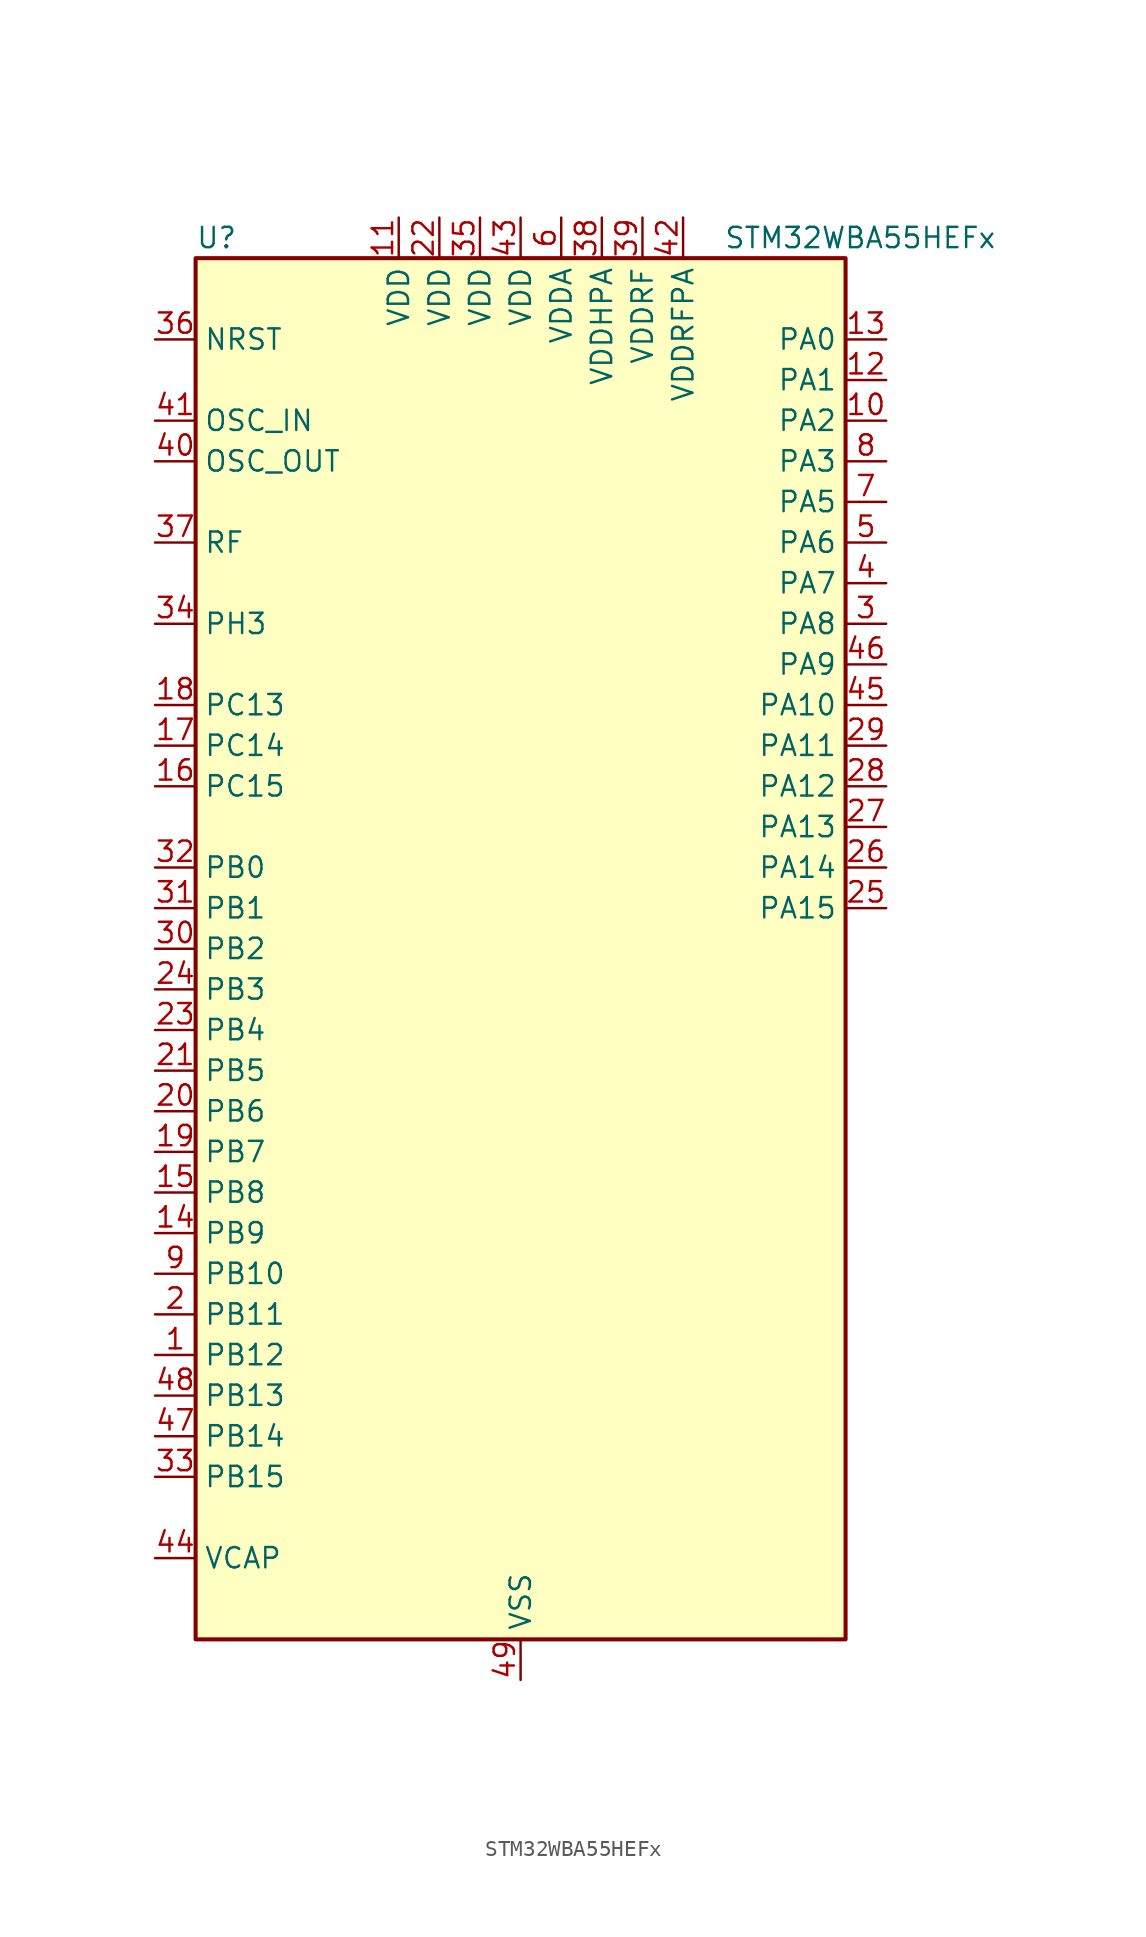
<source format=kicad_sym>
(kicad_symbol_lib
  (version 20231120)
  (generator "kicad-library-utils")
  (generator_version "8.0")
  (symbol "STM32WBA55HEFx"
    (property "Reference" "U"
      (at -20.32 44.45 0)
      (effects (font (size 1.27 1.27)) (justify left)))
    (property "Value" "STM32WBA55HEFx"
      (at 12.7 44.45 0)
      (effects (font (size 1.27 1.27)) (justify left)))
    (symbol "STM32WBA55HEFx_0_1"
      (rectangle (start -20.32 -43.18) (end 20.32 43.18) (stroke (width 0.254) (type default)) (fill (type background))))
    (symbol "STM32WBA55HEFx_1_1"
      (pin bidirectional line (at -22.86 -25.4 0) (length 2.54) (name "PB12" (effects (font (size 1.27 1.27)))) (number "1" (effects (font (size 1.27 1.27)))) (alternate "SAI1_SD_A" bidirectional line) (alternate "SPI1_RDY" bidirectional line) (alternate "TIM2_CH1" bidirectional line) (alternate "TIM2_ETR" bidirectional line) (alternate "TIM3_ETR" bidirectional line) (alternate "TSC_SYNC" bidirectional line) (alternate "USART1_TX" bidirectional line))
      (pin bidirectional line (at 22.86 33.02 180) (length 2.54) (name "PA2" (effects (font (size 1.27 1.27)))) (number "10" (effects (font (size 1.27 1.27)))) (alternate "ADC4_IN7" bidirectional line) (alternate "COMP1_INP" bidirectional line) (alternate "LPUART1_TX" bidirectional line) (alternate "PWR_WKUP4" bidirectional line) (alternate "RCC_LSCO" bidirectional line) (alternate "SAI1_D1" bidirectional line) (alternate "TIM16_CH1" bidirectional line) (alternate "TIM1_BKIN" bidirectional line) (alternate "TIM3_CH1" bidirectional line) (alternate "TSC_G4_IO4" bidirectional line) (alternate "USART1_DE" bidirectional line) (alternate "USART1_RTS" bidirectional line))
      (pin power_in line (at -7.62 45.72 270) (length 2.54) (name "VDD" (effects (font (size 1.27 1.27)))) (number "11" (effects (font (size 1.27 1.27)))))
      (pin bidirectional line (at 22.86 35.56 180) (length 2.54) (name "PA1" (effects (font (size 1.27 1.27)))) (number "12" (effects (font (size 1.27 1.27)))) (alternate "ADC4_IN8" bidirectional line) (alternate "COMP1_INM" bidirectional line) (alternate "LPTIM2_CH2" bidirectional line) (alternate "LPUART1_RX" bidirectional line) (alternate "PWR_WKUP3" bidirectional line) (alternate "SAI1_CK1" bidirectional line) (alternate "SPI1_RDY" bidirectional line) (alternate "TIM17_CH1" bidirectional line) (alternate "TIM1_CH1N" bidirectional line) (alternate "TIM3_CH2" bidirectional line) (alternate "TSC_G2_IO1" bidirectional line) (alternate "USART1_CK" bidirectional line))
      (pin bidirectional line (at 22.86 38.1 180) (length 2.54) (name "PA0" (effects (font (size 1.27 1.27)))) (number "13" (effects (font (size 1.27 1.27)))) (alternate "ADC4_IN9" bidirectional line) (alternate "COMP2_INP" bidirectional line) (alternate "LPTIM1_IN1" bidirectional line) (alternate "LPUART1_CTS" bidirectional line) (alternate "PWR_WKUP1" bidirectional line) (alternate "SPI3_SCK" bidirectional line) (alternate "TIM1_CH2N" bidirectional line) (alternate "TIM3_CH3" bidirectional line) (alternate "TIM3_ETR" bidirectional line) (alternate "TSC_G2_IO2" bidirectional line))
      (pin bidirectional line (at -22.86 -17.78 0) (length 2.54) (name "PB9" (effects (font (size 1.27 1.27)))) (number "14" (effects (font (size 1.27 1.27)))) (alternate "ADC4_IN10" bidirectional line) (alternate "COMP2_INM" bidirectional line) (alternate "IR_OUT" bidirectional line) (alternate "LPTIM2_IN1" bidirectional line) (alternate "LPUART1_DE" bidirectional line) (alternate "LPUART1_RTS" bidirectional line) (alternate "PWR_WKUP8" bidirectional line) (alternate "SPI3_MISO" bidirectional line) (alternate "TIM16_CH1" bidirectional line) (alternate "TIM1_CH3N" bidirectional line) (alternate "TIM3_CH4" bidirectional line) (alternate "TSC_G2_IO3" bidirectional line))
      (pin bidirectional line (at -22.86 -15.24 0) (length 2.54) (name "PB8" (effects (font (size 1.27 1.27)))) (number "15" (effects (font (size 1.27 1.27)))) (alternate "COMP1_OUT" bidirectional line) (alternate "LPTIM1_ETR" bidirectional line) (alternate "PWR_PVD_IN" bidirectional line) (alternate "SPI3_MOSI" bidirectional line) (alternate "TIM16_CH1N" bidirectional line) (alternate "TIM1_CH1" bidirectional line) (alternate "TIM3_ETR" bidirectional line) (alternate "TSC_G2_IO4" bidirectional line) (alternate "USART2_RX" bidirectional line))
      (pin bidirectional line (at -22.86 10.16 0) (length 2.54) (name "PC15" (effects (font (size 1.27 1.27)))) (number "16" (effects (font (size 1.27 1.27)))) (alternate "ADC4_EXTI15" bidirectional line) (alternate "RCC_OSC32_OUT" bidirectional line))
      (pin bidirectional line (at -22.86 12.7 0) (length 2.54) (name "PC14" (effects (font (size 1.27 1.27)))) (number "17" (effects (font (size 1.27 1.27)))) (alternate "RCC_OSC32_IN" bidirectional line))
      (pin bidirectional line (at -22.86 15.24 0) (length 2.54) (name "PC13" (effects (font (size 1.27 1.27)))) (number "18" (effects (font (size 1.27 1.27)))) (alternate "PWR_WKUP2" bidirectional line) (alternate "RTC_OUT1" bidirectional line) (alternate "RTC_TS" bidirectional line) (alternate "TAMP_IN4" bidirectional line) (alternate "TAMP_OUT5" bidirectional line) (alternate "TIM1_BKIN2" bidirectional line) (alternate "TSC_G5_IO1" bidirectional line))
      (pin bidirectional line (at -22.86 -12.7 0) (length 2.54) (name "PB7" (effects (font (size 1.27 1.27)))) (number "19" (effects (font (size 1.27 1.27)))) (alternate "PWR_WKUP5" bidirectional line) (alternate "SAI1_SD_B" bidirectional line) (alternate "TAMP_IN5" bidirectional line) (alternate "TAMP_OUT4" bidirectional line) (alternate "TIM1_CH4N" bidirectional line) (alternate "TSC_G5_IO2" bidirectional line))
      (pin bidirectional line (at -22.86 -22.86 0) (length 2.54) (name "PB11" (effects (font (size 1.27 1.27)))) (number "2" (effects (font (size 1.27 1.27)))) (alternate "LPTIM1_CH1" bidirectional line) (alternate "LPTIM1_ETR" bidirectional line) (alternate "LPUART1_TX" bidirectional line))
      (pin bidirectional line (at -22.86 -10.16 0) (length 2.54) (name "PB6" (effects (font (size 1.27 1.27)))) (number "20" (effects (font (size 1.27 1.27)))) (alternate "PWR_WKUP3" bidirectional line) (alternate "SAI1_SCK_B" bidirectional line) (alternate "TIM2_CH1" bidirectional line) (alternate "TIM2_ETR" bidirectional line) (alternate "TSC_G5_IO3" bidirectional line))
      (pin bidirectional line (at -22.86 -7.62 0) (length 2.54) (name "PB5" (effects (font (size 1.27 1.27)))) (number "21" (effects (font (size 1.27 1.27)))) (alternate "LPUART1_TX" bidirectional line) (alternate "SAI1_D2" bidirectional line) (alternate "SAI1_FS_B" bidirectional line) (alternate "TIM3_CH1" bidirectional line) (alternate "TSC_G5_IO4" bidirectional line))
      (pin power_in line (at -5.08 45.72 270) (length 2.54) (name "VDD" (effects (font (size 1.27 1.27)))) (number "22" (effects (font (size 1.27 1.27)))))
      (pin bidirectional line (at -22.86 -5.08 0) (length 2.54) (name "PB4" (effects (font (size 1.27 1.27)))) (number "23" (effects (font (size 1.27 1.27)))) (alternate "DEBUG_JTRST" bidirectional line) (alternate "LPTIM2_IN2" bidirectional line) (alternate "PTA_ACTIVE" bidirectional line) (alternate "PTA_PRIORITY" bidirectional line) (alternate "SAI1_MCLK_B" bidirectional line) (alternate "SPI1_SCK" bidirectional line) (alternate "TIM17_CH1" bidirectional line) (alternate "TIM1_CH3" bidirectional line) (alternate "TSC_G3_IO1" bidirectional line) (alternate "USART2_RX" bidirectional line))
      (pin bidirectional line (at -22.86 -2.54 0) (length 2.54) (name "PB3" (effects (font (size 1.27 1.27)))) (number "24" (effects (font (size 1.27 1.27)))) (alternate "DEBUG_JTDO-SWO" bidirectional line) (alternate "I2C1_SDA" bidirectional line) (alternate "LPTIM1_IN2" bidirectional line) (alternate "PTA_ACTIVE" bidirectional line) (alternate "SPI1_MISO" bidirectional line) (alternate "TIM17_CH1N" bidirectional line) (alternate "TIM1_CH4" bidirectional line) (alternate "TSC_G3_IO2" bidirectional line) (alternate "USART2_CK" bidirectional line))
      (pin bidirectional line (at 22.86 2.54 180) (length 2.54) (name "PA15" (effects (font (size 1.27 1.27)))) (number "25" (effects (font (size 1.27 1.27)))) (alternate "ADC4_EXTI15" bidirectional line) (alternate "DEBUG_JTDI" bidirectional line) (alternate "I2C1_SCL" bidirectional line) (alternate "LPTIM1_CH2" bidirectional line) (alternate "PTA_STATUS" bidirectional line) (alternate "SPI1_MOSI" bidirectional line) (alternate "TIM17_BKIN" bidirectional line) (alternate "TIM1_ETR" bidirectional line) (alternate "TSC_G3_IO3" bidirectional line) (alternate "USART2_DE" bidirectional line) (alternate "USART2_RTS" bidirectional line))
      (pin bidirectional line (at 22.86 5.08 180) (length 2.54) (name "PA14" (effects (font (size 1.27 1.27)))) (number "26" (effects (font (size 1.27 1.27)))) (alternate "COMP2_OUT" bidirectional line) (alternate "DEBUG_JTCK-SWCLK" bidirectional line) (alternate "PTA_STATUS" bidirectional line) (alternate "TAMP_IN3" bidirectional line) (alternate "TAMP_OUT6" bidirectional line) (alternate "USART2_TX" bidirectional line))
      (pin bidirectional line (at 22.86 7.62 180) (length 2.54) (name "PA13" (effects (font (size 1.27 1.27)))) (number "27" (effects (font (size 1.27 1.27)))) (alternate "DEBUG_JTMS-SWDIO" bidirectional line) (alternate "IR_OUT" bidirectional line) (alternate "PTA_PRIORITY" bidirectional line))
      (pin bidirectional line (at 22.86 10.16 180) (length 2.54) (name "PA12" (effects (font (size 1.27 1.27)))) (number "28" (effects (font (size 1.27 1.27)))) (alternate "COMP2_OUT" bidirectional line) (alternate "PTA_STATUS" bidirectional line) (alternate "PWR_WKUP6" bidirectional line) (alternate "RF_ANTSW0" bidirectional line) (alternate "SPI1_NSS" bidirectional line) (alternate "TIM1_CH2" bidirectional line) (alternate "TSC_G3_IO4" bidirectional line) (alternate "USART2_TX" bidirectional line))
      (pin bidirectional line (at 22.86 12.7 180) (length 2.54) (name "PA11" (effects (font (size 1.27 1.27)))) (number "29" (effects (font (size 1.27 1.27)))) (alternate "LPTIM2_CH1" bidirectional line) (alternate "RF_ANTSW1" bidirectional line) (alternate "TIM1_CH1" bidirectional line) (alternate "USART2_RX" bidirectional line))
      (pin bidirectional line (at 22.86 20.32 180) (length 2.54) (name "PA8" (effects (font (size 1.27 1.27)))) (number "3" (effects (font (size 1.27 1.27)))) (alternate "ADC4_IN1" bidirectional line) (alternate "LPTIM1_CH2" bidirectional line) (alternate "RCC_MCO" bidirectional line) (alternate "SAI1_FS_A" bidirectional line) (alternate "SPI3_RDY" bidirectional line) (alternate "TIM2_CH2" bidirectional line) (alternate "TSC_G1_IO1" bidirectional line) (alternate "USART1_RX" bidirectional line))
      (pin bidirectional line (at -22.86 0 0) (length 2.54) (name "PB2" (effects (font (size 1.27 1.27)))) (number "30" (effects (font (size 1.27 1.27)))) (alternate "I2C1_SCL" bidirectional line) (alternate "I2C3_SCL" bidirectional line) (alternate "PWR_WKUP1" bidirectional line) (alternate "RF_ANTSW2" bidirectional line) (alternate "RTC_OUT2" bidirectional line) (alternate "TIM1_CH1N" bidirectional line) (alternate "USART2_CTS" bidirectional line))
      (pin bidirectional line (at -22.86 2.54 0) (length 2.54) (name "PB1" (effects (font (size 1.27 1.27)))) (number "31" (effects (font (size 1.27 1.27)))) (alternate "I2C1_SDA" bidirectional line) (alternate "I2C3_SDA" bidirectional line) (alternate "PWR_WKUP4" bidirectional line) (alternate "TIM1_CH2N" bidirectional line) (alternate "USART2_DE" bidirectional line) (alternate "USART2_RTS" bidirectional line))
      (pin bidirectional line (at -22.86 5.08 0) (length 2.54) (name "PB0" (effects (font (size 1.27 1.27)))) (number "32" (effects (font (size 1.27 1.27)))) (alternate "LPTIM2_IN2" bidirectional line) (alternate "TIM1_CH3N" bidirectional line) (alternate "USART2_TX" bidirectional line))
      (pin bidirectional line (at -22.86 -33.02 0) (length 2.54) (name "PB15" (effects (font (size 1.27 1.27)))) (number "33" (effects (font (size 1.27 1.27)))) (alternate "ADC4_EXTI15" bidirectional line) (alternate "I2C1_SMBA" bidirectional line) (alternate "I2C3_SMBA" bidirectional line) (alternate "LPUART1_CTS" bidirectional line) (alternate "PTA_GRANT" bidirectional line) (alternate "RF_EXTPABYP" bidirectional line) (alternate "TIM16_BKIN" bidirectional line) (alternate "TIM1_BKIN2" bidirectional line) (alternate "USART2_CTS" bidirectional line))
      (pin bidirectional line (at -22.86 20.32 0) (length 2.54) (name "PH3" (effects (font (size 1.27 1.27)))) (number "34" (effects (font (size 1.27 1.27)))) (alternate "PTA_GRANT" bidirectional line) (alternate "RF_EXTPABYP" bidirectional line) (alternate "TAMP_IN2" bidirectional line) (alternate "TAMP_OUT1" bidirectional line))
      (pin power_in line (at -2.54 45.72 270) (length 2.54) (name "VDD" (effects (font (size 1.27 1.27)))) (number "35" (effects (font (size 1.27 1.27)))))
      (pin input line (at -22.86 38.1 0) (length 2.54) (name "NRST" (effects (font (size 1.27 1.27)))) (number "36" (effects (font (size 1.27 1.27)))))
      (pin bidirectional line (at -22.86 25.4 0) (length 2.54) (name "RF" (effects (font (size 1.27 1.27)))) (number "37" (effects (font (size 1.27 1.27)))))
      (pin power_in line (at 5.08 45.72 270) (length 2.54) (name "VDDHPA" (effects (font (size 1.27 1.27)))) (number "38" (effects (font (size 1.27 1.27)))))
      (pin power_in line (at 7.62 45.72 270) (length 2.54) (name "VDDRF" (effects (font (size 1.27 1.27)))) (number "39" (effects (font (size 1.27 1.27)))))
      (pin bidirectional line (at 22.86 22.86 180) (length 2.54) (name "PA7" (effects (font (size 1.27 1.27)))) (number "4" (effects (font (size 1.27 1.27)))) (alternate "ADC4_IN2" bidirectional line) (alternate "COMP1_OUT" bidirectional line) (alternate "I2C3_SDA" bidirectional line) (alternate "PWR_WKUP8" bidirectional line) (alternate "SAI1_SCK_A" bidirectional line) (alternate "TAMP_IN1" bidirectional line) (alternate "TAMP_OUT2" bidirectional line) (alternate "TIM2_CH3" bidirectional line) (alternate "TSC_G1_IO2" bidirectional line) (alternate "USART1_CTS" bidirectional line))
      (pin input line (at -22.86 30.48 0) (length 2.54) (name "OSC_OUT" (effects (font (size 1.27 1.27)))) (number "40" (effects (font (size 1.27 1.27)))) (alternate "RCC_OSC_OUT" bidirectional line))
      (pin input line (at -22.86 33.02 0) (length 2.54) (name "OSC_IN" (effects (font (size 1.27 1.27)))) (number "41" (effects (font (size 1.27 1.27)))) (alternate "RCC_OSC_IN" bidirectional line))
      (pin power_in line (at 10.16 45.72 270) (length 2.54) (name "VDDRFPA" (effects (font (size 1.27 1.27)))) (number "42" (effects (font (size 1.27 1.27)))))
      (pin power_in line (at 0 45.72 270) (length 2.54) (name "VDD" (effects (font (size 1.27 1.27)))) (number "43" (effects (font (size 1.27 1.27)))))
      (pin power_out line (at -22.86 -38.1 0) (length 2.54) (name "VCAP" (effects (font (size 1.27 1.27)))) (number "44" (effects (font (size 1.27 1.27)))))
      (pin bidirectional line (at 22.86 15.24 180) (length 2.54) (name "PA10" (effects (font (size 1.27 1.27)))) (number "45" (effects (font (size 1.27 1.27)))) (alternate "LPUART1_RX" bidirectional line) (alternate "SAI1_D1" bidirectional line) (alternate "TIM3_CH1" bidirectional line))
      (pin bidirectional line (at 22.86 17.78 180) (length 2.54) (name "PA9" (effects (font (size 1.27 1.27)))) (number "46" (effects (font (size 1.27 1.27)))) (alternate "LPUART1_DE" bidirectional line) (alternate "LPUART1_RTS" bidirectional line) (alternate "SAI1_CK1" bidirectional line) (alternate "TIM3_CH2" bidirectional line))
      (pin bidirectional line (at -22.86 -30.48 0) (length 2.54) (name "PB14" (effects (font (size 1.27 1.27)))) (number "47" (effects (font (size 1.27 1.27)))) (alternate "PWR_WKUP7" bidirectional line) (alternate "RTC_REFIN" bidirectional line) (alternate "SAI1_SD_A" bidirectional line) (alternate "TIM3_CH3" bidirectional line) (alternate "TSC_G6_IO1" bidirectional line) (alternate "USART1_TX" bidirectional line))
      (pin bidirectional line (at -22.86 -27.94 0) (length 2.54) (name "PB13" (effects (font (size 1.27 1.27)))) (number "48" (effects (font (size 1.27 1.27)))) (alternate "TIM3_CH4" bidirectional line) (alternate "TSC_G6_IO2" bidirectional line))
      (pin power_in line (at 0 -45.72 90) (length 2.54) (name "VSS" (effects (font (size 1.27 1.27)))) (number "49" (effects (font (size 1.27 1.27)))))
      (pin bidirectional line (at 22.86 25.4 180) (length 2.54) (name "PA6" (effects (font (size 1.27 1.27)))) (number "5" (effects (font (size 1.27 1.27)))) (alternate "ADC4_IN3" bidirectional line) (alternate "I2C3_SCL" bidirectional line) (alternate "PWR_CSTOP" bidirectional line) (alternate "PWR_WKUP7" bidirectional line) (alternate "SAI1_CK2" bidirectional line) (alternate "SAI1_MCLK_A" bidirectional line) (alternate "SPI3_RDY" bidirectional line) (alternate "TIM2_CH4" bidirectional line) (alternate "TSC_G1_IO3" bidirectional line) (alternate "USART1_DE" bidirectional line) (alternate "USART1_RTS" bidirectional line))
      (pin power_in line (at 2.54 45.72 270) (length 2.54) (name "VDDA" (effects (font (size 1.27 1.27)))) (number "6" (effects (font (size 1.27 1.27)))))
      (pin bidirectional line (at 22.86 27.94 180) (length 2.54) (name "PA5" (effects (font (size 1.27 1.27)))) (number "7" (effects (font (size 1.27 1.27)))) (alternate "ADC4_IN4" bidirectional line) (alternate "AUDIOCLK" bidirectional line) (alternate "LPTIM2_ETR" bidirectional line) (alternate "PWR_CSLEEP" bidirectional line) (alternate "PWR_WKUP6" bidirectional line) (alternate "SAI1_D2" bidirectional line) (alternate "SPI3_NSS" bidirectional line) (alternate "TIM2_CH1" bidirectional line) (alternate "TIM2_ETR" bidirectional line) (alternate "TSC_G1_IO4" bidirectional line) (alternate "USART1_CK" bidirectional line))
      (pin bidirectional line (at 22.86 30.48 180) (length 2.54) (name "PA3" (effects (font (size 1.27 1.27)))) (number "8" (effects (font (size 1.27 1.27)))) (alternate "ADC4_IN6" bidirectional line) (alternate "PWR_WKUP5" bidirectional line) (alternate "TIM16_CH1N" bidirectional line) (alternate "TSC_G4_IO2" bidirectional line) (alternate "USART1_DE" bidirectional line) (alternate "USART1_RTS" bidirectional line))
      (pin bidirectional line (at -22.86 -20.32 0) (length 2.54) (name "PB10" (effects (font (size 1.27 1.27)))) (number "9" (effects (font (size 1.27 1.27)))) (alternate "TIM16_BKIN" bidirectional line) (alternate "TSC_G4_IO3" bidirectional line) (alternate "USART1_CK" bidirectional line)))))
</source>
